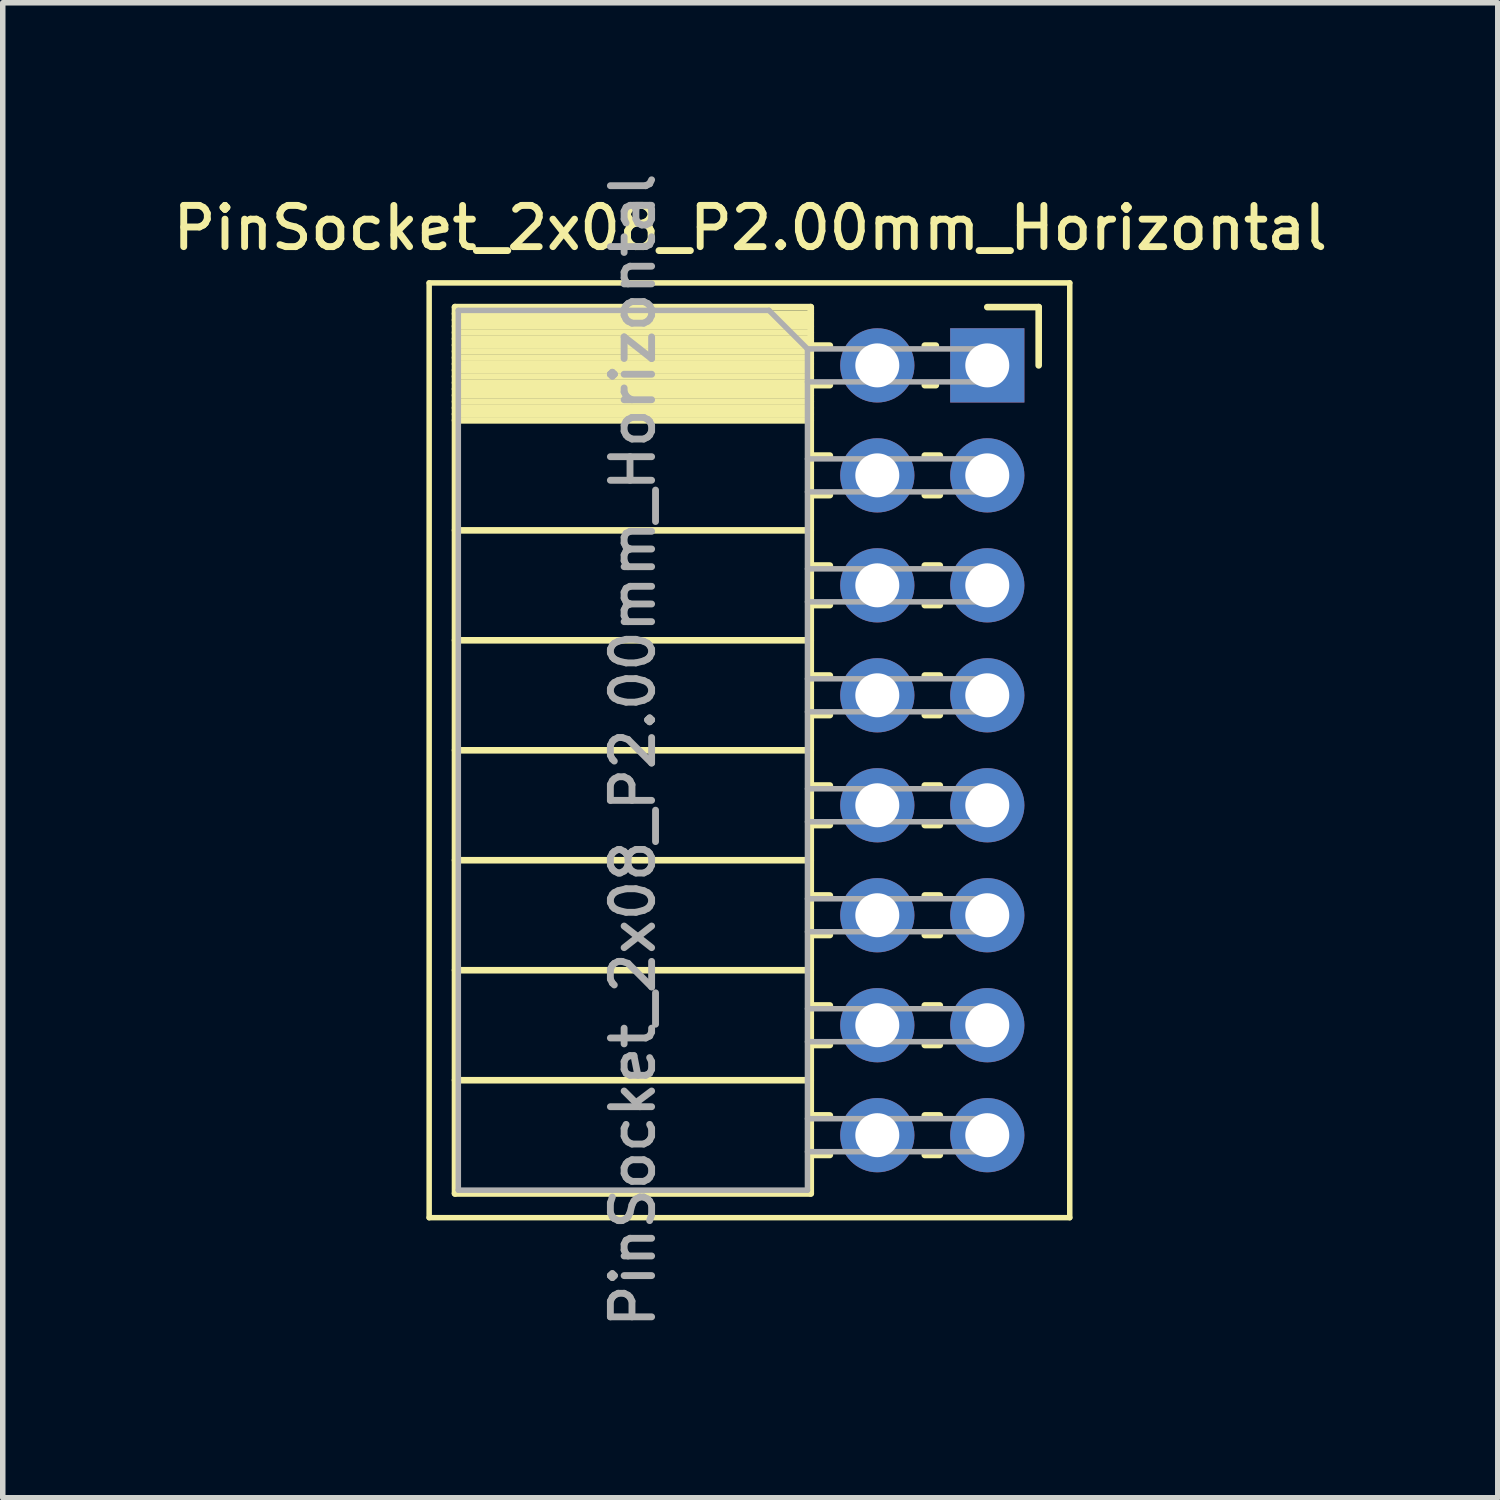
<source format=kicad_pcb>
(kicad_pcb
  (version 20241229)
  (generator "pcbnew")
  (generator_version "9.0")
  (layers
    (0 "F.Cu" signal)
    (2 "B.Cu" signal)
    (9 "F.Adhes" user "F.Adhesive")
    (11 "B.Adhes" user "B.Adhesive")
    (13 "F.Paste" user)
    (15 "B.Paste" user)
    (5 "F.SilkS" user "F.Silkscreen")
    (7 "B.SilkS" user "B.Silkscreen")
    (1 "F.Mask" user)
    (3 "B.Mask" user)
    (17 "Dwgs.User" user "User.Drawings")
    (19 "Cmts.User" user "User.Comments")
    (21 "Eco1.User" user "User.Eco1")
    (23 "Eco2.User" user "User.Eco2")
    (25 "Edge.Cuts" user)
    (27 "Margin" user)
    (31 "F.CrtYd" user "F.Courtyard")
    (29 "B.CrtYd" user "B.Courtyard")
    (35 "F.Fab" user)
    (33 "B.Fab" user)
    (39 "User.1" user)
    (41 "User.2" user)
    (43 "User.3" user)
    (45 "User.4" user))
  (footprint "PinSocket_2x08_P2.00mm_Horizontal"
    (layer "F.Cu")
    (at 14.905 3.595)
    (property "Reference" "PinSocket_2x08_P2.00mm_Horizontal" (at -4.31 -2.5 0) (layer "F.SilkS") (effects (font (size 0.75 0.75) (thickness 0.125))))
    (attr through_hole)
    (fp_line (start -10.15 -1.5) (end -10.15 15.5) (stroke (width 0.1) (type solid)) (layer "F.SilkS"))
    (fp_line (start -10.15 15.5) (end 1.5 15.5) (stroke (width 0.1) (type solid)) (layer "F.SilkS"))
    (fp_line (start -9.68 -1.06) (end -9.68 15.06) (stroke (width 0.12) (type solid)) (layer "F.SilkS"))
    (fp_line (start -9.68 -1.06) (end -3.21 -1.06) (stroke (width 0.12) (type solid)) (layer "F.SilkS"))
    (fp_line (start -9.68 -0.94) (end -3.21 -0.94) (stroke (width 0.12) (type solid)) (layer "F.SilkS"))
    (fp_line (start -9.68 -0.826) (end -3.21 -0.826) (stroke (width 0.12) (type solid)) (layer "F.SilkS"))
    (fp_line (start -9.68 -0.712) (end -3.21 -0.712) (stroke (width 0.12) (type solid)) (layer "F.SilkS"))
    (fp_line (start -9.68 -0.598) (end -3.21 -0.598) (stroke (width 0.12) (type solid)) (layer "F.SilkS"))
    (fp_line (start -9.68 -0.484) (end -3.21 -0.484) (stroke (width 0.12) (type solid)) (layer "F.SilkS"))
    (fp_line (start -9.68 -0.369) (end -3.21 -0.369) (stroke (width 0.12) (type solid)) (layer "F.SilkS"))
    (fp_line (start -9.68 -0.255) (end -3.21 -0.255) (stroke (width 0.12) (type solid)) (layer "F.SilkS"))
    (fp_line (start -9.68 -0.141) (end -3.21 -0.141) (stroke (width 0.12) (type solid)) (layer "F.SilkS"))
    (fp_line (start -9.68 -0.027) (end -3.21 -0.027) (stroke (width 0.12) (type solid)) (layer "F.SilkS"))
    (fp_line (start -9.68 0.087) (end -3.21 0.087) (stroke (width 0.12) (type solid)) (layer "F.SilkS"))
    (fp_line (start -9.68 0.201) (end -3.21 0.201) (stroke (width 0.12) (type solid)) (layer "F.SilkS"))
    (fp_line (start -9.68 0.315) (end -3.21 0.315) (stroke (width 0.12) (type solid)) (layer "F.SilkS"))
    (fp_line (start -9.68 0.429) (end -3.21 0.429) (stroke (width 0.12) (type solid)) (layer "F.SilkS"))
    (fp_line (start -9.68 0.544) (end -3.21 0.544) (stroke (width 0.12) (type solid)) (layer "F.SilkS"))
    (fp_line (start -9.68 0.658) (end -3.21 0.658) (stroke (width 0.12) (type solid)) (layer "F.SilkS"))
    (fp_line (start -9.68 0.772) (end -3.21 0.772) (stroke (width 0.12) (type solid)) (layer "F.SilkS"))
    (fp_line (start -9.68 0.886) (end -3.21 0.886) (stroke (width 0.12) (type solid)) (layer "F.SilkS"))
    (fp_line (start -9.68 1) (end -3.21 1) (stroke (width 0.12) (type solid)) (layer "F.SilkS"))
    (fp_line (start -9.68 3) (end -3.21 3) (stroke (width 0.12) (type solid)) (layer "F.SilkS"))
    (fp_line (start -9.68 5) (end -3.21 5) (stroke (width 0.12) (type solid)) (layer "F.SilkS"))
    (fp_line (start -9.68 7) (end -3.21 7) (stroke (width 0.12) (type solid)) (layer "F.SilkS"))
    (fp_line (start -9.68 9) (end -3.21 9) (stroke (width 0.12) (type solid)) (layer "F.SilkS"))
    (fp_line (start -9.68 11) (end -3.21 11) (stroke (width 0.12) (type solid)) (layer "F.SilkS"))
    (fp_line (start -9.68 13) (end -3.21 13) (stroke (width 0.12) (type solid)) (layer "F.SilkS"))
    (fp_line (start -9.68 15.06) (end -3.21 15.06) (stroke (width 0.12) (type solid)) (layer "F.SilkS"))
    (fp_line (start -3.21 -1.06) (end -3.21 15.06) (stroke (width 0.12) (type solid)) (layer "F.SilkS"))
    (fp_line (start -3.21 -0.36) (end -2.863 -0.36) (stroke (width 0.12) (type solid)) (layer "F.SilkS"))
    (fp_line (start -3.21 0.36) (end -2.863 0.36) (stroke (width 0.12) (type solid)) (layer "F.SilkS"))
    (fp_line (start -3.21 1.64) (end -2.863 1.64) (stroke (width 0.12) (type solid)) (layer "F.SilkS"))
    (fp_line (start -3.21 2.36) (end -2.863 2.36) (stroke (width 0.12) (type solid)) (layer "F.SilkS"))
    (fp_line (start -3.21 3.64) (end -2.863 3.64) (stroke (width 0.12) (type solid)) (layer "F.SilkS"))
    (fp_line (start -3.21 4.36) (end -2.863 4.36) (stroke (width 0.12) (type solid)) (layer "F.SilkS"))
    (fp_line (start -3.21 5.64) (end -2.863 5.64) (stroke (width 0.12) (type solid)) (layer "F.SilkS"))
    (fp_line (start -3.21 6.36) (end -2.863 6.36) (stroke (width 0.12) (type solid)) (layer "F.SilkS"))
    (fp_line (start -3.21 7.64) (end -2.863 7.64) (stroke (width 0.12) (type solid)) (layer "F.SilkS"))
    (fp_line (start -3.21 8.36) (end -2.863 8.36) (stroke (width 0.12) (type solid)) (layer "F.SilkS"))
    (fp_line (start -3.21 9.64) (end -2.863 9.64) (stroke (width 0.12) (type solid)) (layer "F.SilkS"))
    (fp_line (start -3.21 10.36) (end -2.863 10.36) (stroke (width 0.12) (type solid)) (layer "F.SilkS"))
    (fp_line (start -3.21 11.64) (end -2.863 11.64) (stroke (width 0.12) (type solid)) (layer "F.SilkS"))
    (fp_line (start -3.21 12.36) (end -2.863 12.36) (stroke (width 0.12) (type solid)) (layer "F.SilkS"))
    (fp_line (start -3.21 13.64) (end -2.863 13.64) (stroke (width 0.12) (type solid)) (layer "F.SilkS"))
    (fp_line (start -3.21 14.36) (end -2.863 14.36) (stroke (width 0.12) (type solid)) (layer "F.SilkS"))
    (fp_line (start -1.137 -0.36) (end -0.935 -0.36) (stroke (width 0.12) (type solid)) (layer "F.SilkS"))
    (fp_line (start -1.137 0.36) (end -0.935 0.36) (stroke (width 0.12) (type solid)) (layer "F.SilkS"))
    (fp_line (start -1.137 1.64) (end -0.863 1.64) (stroke (width 0.12) (type solid)) (layer "F.SilkS"))
    (fp_line (start -1.137 2.36) (end -0.863 2.36) (stroke (width 0.12) (type solid)) (layer "F.SilkS"))
    (fp_line (start -1.137 3.64) (end -0.863 3.64) (stroke (width 0.12) (type solid)) (layer "F.SilkS"))
    (fp_line (start -1.137 4.36) (end -0.863 4.36) (stroke (width 0.12) (type solid)) (layer "F.SilkS"))
    (fp_line (start -1.137 5.64) (end -0.863 5.64) (stroke (width 0.12) (type solid)) (layer "F.SilkS"))
    (fp_line (start -1.137 6.36) (end -0.863 6.36) (stroke (width 0.12) (type solid)) (layer "F.SilkS"))
    (fp_line (start -1.137 7.64) (end -0.863 7.64) (stroke (width 0.12) (type solid)) (layer "F.SilkS"))
    (fp_line (start -1.137 8.36) (end -0.863 8.36) (stroke (width 0.12) (type solid)) (layer "F.SilkS"))
    (fp_line (start -1.137 9.64) (end -0.863 9.64) (stroke (width 0.12) (type solid)) (layer "F.SilkS"))
    (fp_line (start -1.137 10.36) (end -0.863 10.36) (stroke (width 0.12) (type solid)) (layer "F.SilkS"))
    (fp_line (start -1.137 11.64) (end -0.863 11.64) (stroke (width 0.12) (type solid)) (layer "F.SilkS"))
    (fp_line (start -1.137 12.36) (end -0.863 12.36) (stroke (width 0.12) (type solid)) (layer "F.SilkS"))
    (fp_line (start -1.137 13.64) (end -0.863 13.64) (stroke (width 0.12) (type solid)) (layer "F.SilkS"))
    (fp_line (start -1.137 14.36) (end -0.863 14.36) (stroke (width 0.12) (type solid)) (layer "F.SilkS"))
    (fp_line (start 0 -1.06) (end 0.935 -1.06) (stroke (width 0.12) (type solid)) (layer "F.SilkS"))
    (fp_line (start 0.935 -1.06) (end 0.935 0) (stroke (width 0.12) (type solid)) (layer "F.SilkS"))
    (fp_line (start 1.5 -1.5) (end -10.15 -1.5) (stroke (width 0.1) (type solid)) (layer "F.SilkS"))
    (fp_line (start 1.5 15.5) (end 1.5 -1.5) (stroke (width 0.1) (type solid)) (layer "F.SilkS"))
    (fp_line (start -9.62 -1) (end -3.97 -1) (stroke (width 0.1) (type solid)) (layer "F.Fab"))
    (fp_line (start -9.62 15) (end -9.62 -1) (stroke (width 0.1) (type solid)) (layer "F.Fab"))
    (fp_line (start -3.97 -1) (end -3.27 -0.3) (stroke (width 0.1) (type solid)) (layer "F.Fab"))
    (fp_line (start -3.27 -0.3) (end -3.27 15) (stroke (width 0.1) (type solid)) (layer "F.Fab"))
    (fp_line (start -3.27 0.3) (end 0 0.3) (stroke (width 0.1) (type solid)) (layer "F.Fab"))
    (fp_line (start -3.27 2.3) (end 0 2.3) (stroke (width 0.1) (type solid)) (layer "F.Fab"))
    (fp_line (start -3.27 4.3) (end 0 4.3) (stroke (width 0.1) (type solid)) (layer "F.Fab"))
    (fp_line (start -3.27 6.3) (end 0 6.3) (stroke (width 0.1) (type solid)) (layer "F.Fab"))
    (fp_line (start -3.27 8.3) (end 0 8.3) (stroke (width 0.1) (type solid)) (layer "F.Fab"))
    (fp_line (start -3.27 10.3) (end 0 10.3) (stroke (width 0.1) (type solid)) (layer "F.Fab"))
    (fp_line (start -3.27 12.3) (end 0 12.3) (stroke (width 0.1) (type solid)) (layer "F.Fab"))
    (fp_line (start -3.27 14.3) (end 0 14.3) (stroke (width 0.1) (type solid)) (layer "F.Fab"))
    (fp_line (start -3.27 15) (end -9.62 15) (stroke (width 0.1) (type solid)) (layer "F.Fab"))
    (fp_line (start 0 -0.3) (end -3.27 -0.3) (stroke (width 0.1) (type solid)) (layer "F.Fab"))
    (fp_line (start 0 0.3) (end 0 -0.3) (stroke (width 0.1) (type solid)) (layer "F.Fab"))
    (fp_line (start 0 1.7) (end -3.27 1.7) (stroke (width 0.1) (type solid)) (layer "F.Fab"))
    (fp_line (start 0 2.3) (end 0 1.7) (stroke (width 0.1) (type solid)) (layer "F.Fab"))
    (fp_line (start 0 3.7) (end -3.27 3.7) (stroke (width 0.1) (type solid)) (layer "F.Fab"))
    (fp_line (start 0 4.3) (end 0 3.7) (stroke (width 0.1) (type solid)) (layer "F.Fab"))
    (fp_line (start 0 5.7) (end -3.27 5.7) (stroke (width 0.1) (type solid)) (layer "F.Fab"))
    (fp_line (start 0 6.3) (end 0 5.7) (stroke (width 0.1) (type solid)) (layer "F.Fab"))
    (fp_line (start 0 7.7) (end -3.27 7.7) (stroke (width 0.1) (type solid)) (layer "F.Fab"))
    (fp_line (start 0 8.3) (end 0 7.7) (stroke (width 0.1) (type solid)) (layer "F.Fab"))
    (fp_line (start 0 9.7) (end -3.27 9.7) (stroke (width 0.1) (type solid)) (layer "F.Fab"))
    (fp_line (start 0 10.3) (end 0 9.7) (stroke (width 0.1) (type solid)) (layer "F.Fab"))
    (fp_line (start 0 11.7) (end -3.27 11.7) (stroke (width 0.1) (type solid)) (layer "F.Fab"))
    (fp_line (start 0 12.3) (end 0 11.7) (stroke (width 0.1) (type solid)) (layer "F.Fab"))
    (fp_line (start 0 13.7) (end -3.27 13.7) (stroke (width 0.1) (type solid)) (layer "F.Fab"))
    (fp_line (start 0 14.3) (end 0 13.7) (stroke (width 0.1) (type solid)) (layer "F.Fab"))
    (fp_text user "${REFERENCE}" (at -6.445 7 90) (layer "F.Fab") (effects (font (size 0.75 0.75) (thickness 0.125))))
    (pad "1" thru_hole rect (at 0 0) (size 1.35 1.35) (drill 0.8) (layers "*.Cu" "*.Mask"))
    (pad "2" thru_hole oval (at -2 0) (size 1.35 1.35) (drill 0.8) (layers "*.Cu" "*.Mask"))
    (pad "3" thru_hole oval (at 0 2) (size 1.35 1.35) (drill 0.8) (layers "*.Cu" "*.Mask"))
    (pad "4" thru_hole oval (at -2 2) (size 1.35 1.35) (drill 0.8) (layers "*.Cu" "*.Mask"))
    (pad "5" thru_hole oval (at 0 4) (size 1.35 1.35) (drill 0.8) (layers "*.Cu" "*.Mask"))
    (pad "6" thru_hole oval (at -2 4) (size 1.35 1.35) (drill 0.8) (layers "*.Cu" "*.Mask"))
    (pad "7" thru_hole oval (at 0 6) (size 1.35 1.35) (drill 0.8) (layers "*.Cu" "*.Mask"))
    (pad "8" thru_hole oval (at -2 6) (size 1.35 1.35) (drill 0.8) (layers "*.Cu" "*.Mask"))
    (pad "9" thru_hole oval (at 0 8) (size 1.35 1.35) (drill 0.8) (layers "*.Cu" "*.Mask"))
    (pad "10" thru_hole oval (at -2 8) (size 1.35 1.35) (drill 0.8) (layers "*.Cu" "*.Mask"))
    (pad "11" thru_hole oval (at 0 10) (size 1.35 1.35) (drill 0.8) (layers "*.Cu" "*.Mask"))
    (pad "12" thru_hole oval (at -2 10) (size 1.35 1.35) (drill 0.8) (layers "*.Cu" "*.Mask"))
    (pad "13" thru_hole oval (at 0 12) (size 1.35 1.35) (drill 0.8) (layers "*.Cu" "*.Mask"))
    (pad "14" thru_hole oval (at -2 12) (size 1.35 1.35) (drill 0.8) (layers "*.Cu" "*.Mask"))
    (pad "15" thru_hole oval (at 0 14) (size 1.35 1.35) (drill 0.8) (layers "*.Cu" "*.Mask"))
    (pad "16" thru_hole oval (at -2 14) (size 1.35 1.35) (drill 0.8) (layers "*.Cu" "*.Mask")))
  (gr_rect
    (start -3 -3)
    (end 24.189 24.189)
    (stroke (width 0.1) (type default))
    (fill no)
    (layer "Edge.Cuts")))
</source>
